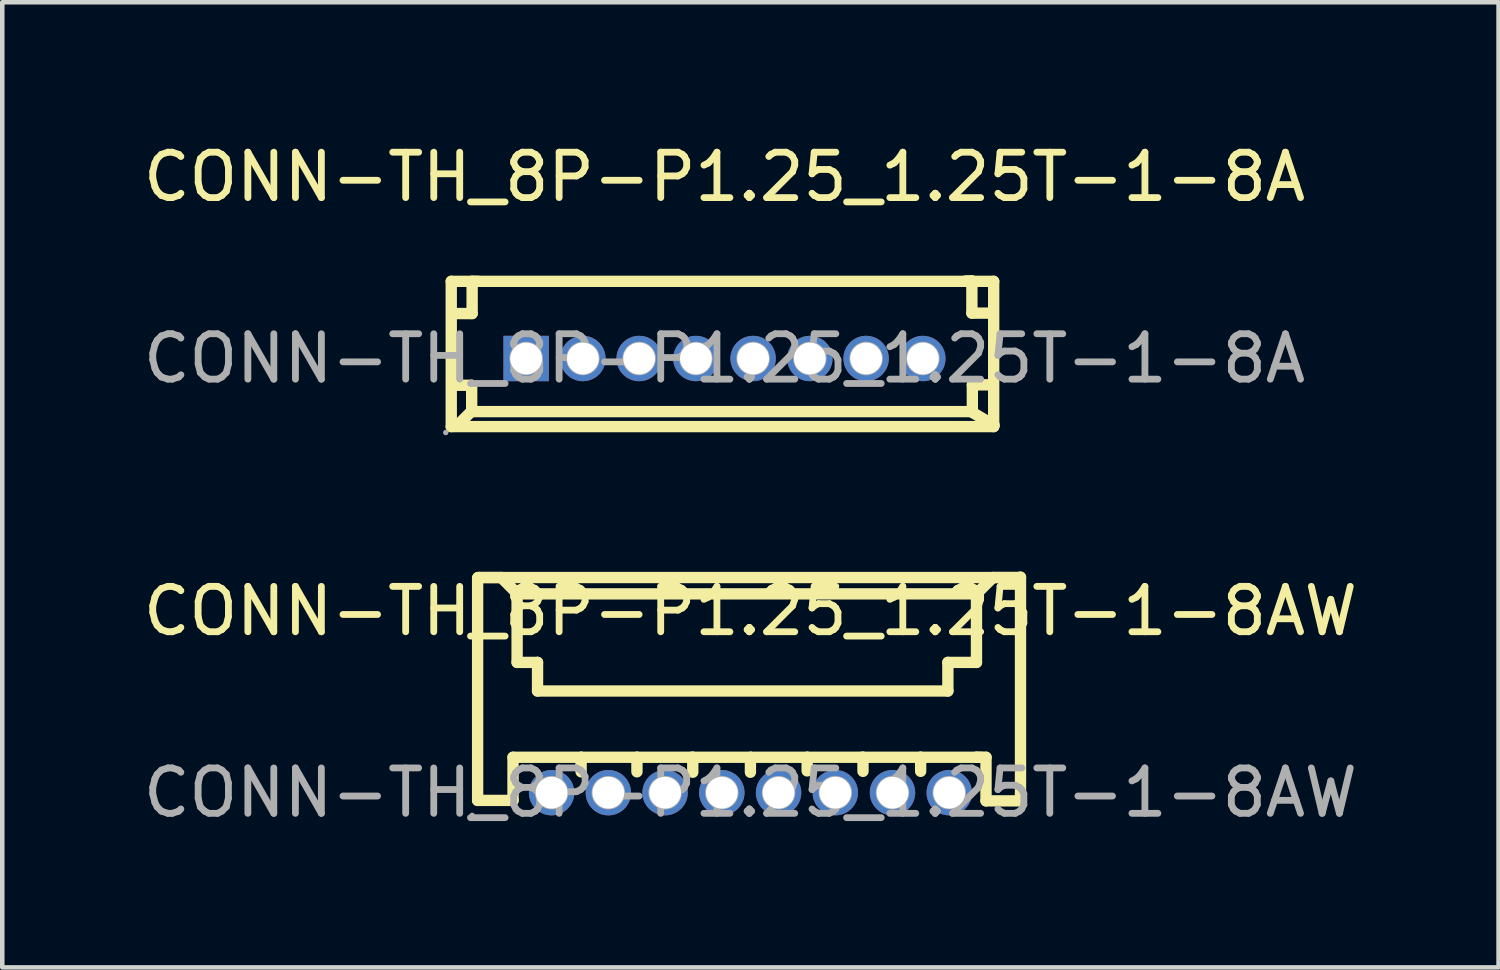
<source format=kicad_pcb>
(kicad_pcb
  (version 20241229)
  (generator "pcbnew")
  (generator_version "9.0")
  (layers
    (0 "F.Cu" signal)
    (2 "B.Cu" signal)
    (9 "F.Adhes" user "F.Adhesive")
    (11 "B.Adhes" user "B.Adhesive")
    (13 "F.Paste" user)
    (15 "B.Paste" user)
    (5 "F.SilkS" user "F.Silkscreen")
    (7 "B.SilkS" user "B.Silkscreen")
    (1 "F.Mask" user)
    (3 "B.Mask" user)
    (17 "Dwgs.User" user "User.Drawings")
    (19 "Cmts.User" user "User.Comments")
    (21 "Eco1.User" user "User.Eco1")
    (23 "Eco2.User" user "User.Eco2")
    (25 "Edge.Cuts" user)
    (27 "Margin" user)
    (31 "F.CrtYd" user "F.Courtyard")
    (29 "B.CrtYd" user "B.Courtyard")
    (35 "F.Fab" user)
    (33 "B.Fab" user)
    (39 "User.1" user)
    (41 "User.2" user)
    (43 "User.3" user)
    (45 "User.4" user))
  (footprint "CONN-TH_8P-P1.25_1.25T-1-8AW"
    (layer "F.Cu")
    (at 13.482 14.413)
    (property "Reference" "CONN-TH_8P-P1.25_1.25T-1-8AW" (at 0 -4 0) (layer "F.SilkS") (effects (font (size 1 1) (thickness 0.15))))
    (attr through_hole)
    (fp_line (start -6.01 -4.73) (end -6.01 0.17) (stroke (width 0.25) (type solid)) (layer "F.SilkS"))
    (fp_line (start -6.01 0.17) (end -5.23 0.17) (stroke (width 0.25) (type solid)) (layer "F.SilkS"))
    (fp_line (start -6 -4.74) (end -5.49 -4.74) (stroke (width 0.25) (type solid)) (layer "F.SilkS"))
    (fp_line (start -6 -4.74) (end 5.95 -4.74) (stroke (width 0.25) (type solid)) (layer "F.SilkS"))
    (fp_line (start -5.49 -4.74) (end -5.13 -4.38) (stroke (width 0.25) (type solid)) (layer "F.SilkS"))
    (fp_line (start -5.23 -0.78) (end -3.73 -0.78) (stroke (width 0.25) (type solid)) (layer "F.SilkS"))
    (fp_line (start -5.23 0.17) (end -5.23 -0.78) (stroke (width 0.25) (type solid)) (layer "F.SilkS"))
    (fp_line (start -5.14 -4.34) (end -5.14 -2.87) (stroke (width 0.25) (type solid)) (layer "F.SilkS"))
    (fp_line (start -5.14 -2.87) (end -4.69 -2.87) (stroke (width 0.25) (type solid)) (layer "F.SilkS"))
    (fp_line (start -5.13 -4.38) (end -5.13 -4.35) (stroke (width 0.25) (type solid)) (layer "F.SilkS"))
    (fp_line (start -5.13 -4.38) (end 4.98 -4.38) (stroke (width 0.25) (type solid)) (layer "F.SilkS"))
    (fp_line (start -4.69 -2.87) (end -4.69 -2.24) (stroke (width 0.25) (type solid)) (layer "F.SilkS"))
    (fp_line (start -4.69 -2.24) (end 4.35 -2.24) (stroke (width 0.25) (type solid)) (layer "F.SilkS"))
    (fp_line (start -3.73 -0.78) (end -3.73 -0.46) (stroke (width 0.25) (type solid)) (layer "F.SilkS"))
    (fp_line (start -3.72 -0.78) (end -2.5 -0.78) (stroke (width 0.25) (type solid)) (layer "F.SilkS"))
    (fp_line (start -2.5 -0.78) (end -2.5 -0.46) (stroke (width 0.25) (type solid)) (layer "F.SilkS"))
    (fp_line (start -2.49 -0.78) (end -1.27 -0.78) (stroke (width 0.25) (type solid)) (layer "F.SilkS"))
    (fp_line (start -1.29 -0.78) (end 0 -0.78) (stroke (width 0.25) (type solid)) (layer "F.SilkS"))
    (fp_line (start -1.27 -0.78) (end -1.27 -0.45) (stroke (width 0.25) (type solid)) (layer "F.SilkS"))
    (fp_line (start 0 -0.78) (end 0 -0.45) (stroke (width 0.25) (type solid)) (layer "F.SilkS"))
    (fp_line (start 0.03 -0.78) (end 1.25 -0.78) (stroke (width 0.25) (type solid)) (layer "F.SilkS"))
    (fp_line (start 1.25 -0.78) (end 1.25 -0.48) (stroke (width 0.25) (type solid)) (layer "F.SilkS"))
    (fp_line (start 1.26 -0.78) (end 2.48 -0.78) (stroke (width 0.25) (type solid)) (layer "F.SilkS"))
    (fp_line (start 2.46 -0.78) (end 3.75 -0.78) (stroke (width 0.25) (type solid)) (layer "F.SilkS"))
    (fp_line (start 2.48 -0.78) (end 2.48 -0.47) (stroke (width 0.25) (type solid)) (layer "F.SilkS"))
    (fp_line (start 3.75 -0.78) (end 3.75 -0.47) (stroke (width 0.25) (type solid)) (layer "F.SilkS"))
    (fp_line (start 3.75 -0.78) (end 4.98 -0.78) (stroke (width 0.25) (type solid)) (layer "F.SilkS"))
    (fp_line (start 4.35 -2.87) (end 4.98 -2.87) (stroke (width 0.25) (type solid)) (layer "F.SilkS"))
    (fp_line (start 4.35 -2.24) (end 4.35 -2.87) (stroke (width 0.25) (type solid)) (layer "F.SilkS"))
    (fp_line (start 4.98 -4.38) (end 5.34 -4.74) (stroke (width 0.25) (type solid)) (layer "F.SilkS"))
    (fp_line (start 4.98 -4.35) (end 4.98 -4.35) (stroke (width 0.25) (type solid)) (layer "F.SilkS"))
    (fp_line (start 4.98 -2.87) (end 4.98 -4.35) (stroke (width 0.25) (type solid)) (layer "F.SilkS"))
    (fp_line (start 4.98 -0.78) (end 5.1 -0.78) (stroke (width 0.25) (type solid)) (layer "F.SilkS"))
    (fp_line (start 5.19 -0.78) (end 4.98 -0.78) (stroke (width 0.25) (type solid)) (layer "F.SilkS"))
    (fp_line (start 5.19 0.18) (end 5.19 -0.78) (stroke (width 0.25) (type solid)) (layer "F.SilkS"))
    (fp_line (start 5.34 -4.74) (end 5.94 -4.74) (stroke (width 0.25) (type solid)) (layer "F.SilkS"))
    (fp_line (start 5.94 -4.74) (end 5.94 -4.74) (stroke (width 0.25) (type solid)) (layer "F.SilkS"))
    (fp_line (start 5.95 -4.75) (end 5.95 0.15) (stroke (width 0.25) (type solid)) (layer "F.SilkS"))
    (fp_line (start 5.95 0.18) (end 5.19 0.18) (stroke (width 0.25) (type solid)) (layer "F.SilkS"))
    (fp_circle (center -6.13 0.5) (end -6.1 0.5) (stroke (width 0.06) (type solid)) (fill no) (layer "F.Fab"))
    (fp_circle (center -4.38 0) (end -4.26 0) (stroke (width 0.25) (type solid)) (fill no) (layer "F.Fab"))
    (fp_circle (center -3.13 0) (end -3.01 0) (stroke (width 0.25) (type solid)) (fill no) (layer "F.Fab"))
    (fp_circle (center -1.88 0) (end -1.76 0) (stroke (width 0.25) (type solid)) (fill no) (layer "F.Fab"))
    (fp_circle (center -0.63 0) (end -0.51 0) (stroke (width 0.25) (type solid)) (fill no) (layer "F.Fab"))
    (fp_circle (center 0.62 0) (end 0.74 0) (stroke (width 0.25) (type solid)) (fill no) (layer "F.Fab"))
    (fp_circle (center 1.87 0) (end 1.99 0) (stroke (width 0.25) (type solid)) (fill no) (layer "F.Fab"))
    (fp_circle (center 3.13 0) (end 3.25 0) (stroke (width 0.25) (type solid)) (fill no) (layer "F.Fab"))
    (fp_circle (center 4.38 0) (end 4.5 0) (stroke (width 0.25) (type solid)) (fill no) (layer "F.Fab"))
    (fp_text user "${REFERENCE}" (at 0 0 0) (layer "F.Fab") (effects (font (size 1 1) (thickness 0.15))))
    (pad "1" thru_hole circle (at -4.38 0) (size 1 1) (drill 0.7) (layers "*.Cu" "*.Paste" "*.Mask"))
    (pad "2" thru_hole circle (at -3.13 0) (size 1 1) (drill 0.7) (layers "*.Cu" "*.Paste" "*.Mask"))
    (pad "3" thru_hole circle (at -1.88 0) (size 1 1) (drill 0.7) (layers "*.Cu" "*.Paste" "*.Mask"))
    (pad "4" thru_hole circle (at -0.63 0) (size 1 1) (drill 0.7) (layers "*.Cu" "*.Paste" "*.Mask"))
    (pad "5" thru_hole circle (at 0.62 0) (size 1 1) (drill 0.7) (layers "*.Cu" "*.Paste" "*.Mask"))
    (pad "6" thru_hole circle (at 1.87 0) (size 1 1) (drill 0.7) (layers "*.Cu" "*.Paste" "*.Mask"))
    (pad "7" thru_hole circle (at 3.13 0) (size 1 1) (drill 0.7) (layers "*.Cu" "*.Paste" "*.Mask"))
    (pad "8" thru_hole circle (at 4.38 0) (size 1 1) (drill 0.7) (layers "*.Cu" "*.Paste" "*.Mask")))
  (footprint "CONN-TH_8P-P1.25_1.25T-1-8A"
    (layer "F.Cu")
    (at 12.911 4.848)
    (property "Reference" "CONN-TH_8P-P1.25_1.25T-1-8A" (at 0 -4 0) (layer "F.SilkS") (effects (font (size 1 1) (thickness 0.15))))
    (attr through_hole)
    (fp_line (start -6.02 -1.7) (end -6.02 1.5) (stroke (width 0.25) (type solid)) (layer "F.SilkS"))
    (fp_line (start -6.02 -1.7) (end 5.93 -1.7) (stroke (width 0.25) (type solid)) (layer "F.SilkS"))
    (fp_line (start -6.02 1.5) (end 5.93 1.5) (stroke (width 0.25) (type solid)) (layer "F.SilkS"))
    (fp_line (start -6.01 -0.99) (end -5.56 -0.99) (stroke (width 0.25) (type solid)) (layer "F.SilkS"))
    (fp_line (start -6.01 1.48) (end -5.89 1.48) (stroke (width 0.25) (type solid)) (layer "F.SilkS"))
    (fp_line (start -5.89 1.48) (end -5.58 1.17) (stroke (width 0.25) (type solid)) (layer "F.SilkS"))
    (fp_line (start -5.58 1.17) (end 5.43 1.17) (stroke (width 0.25) (type solid)) (layer "F.SilkS"))
    (fp_line (start -5.57 0.59) (end -6.01 0.59) (stroke (width 0.25) (type solid)) (layer "F.SilkS"))
    (fp_line (start -5.57 1.17) (end -5.57 0.59) (stroke (width 0.25) (type solid)) (layer "F.SilkS"))
    (fp_line (start -5.56 -1.7) (end -5.43 -1.7) (stroke (width 0.25) (type solid)) (layer "F.SilkS"))
    (fp_line (start -5.56 -0.99) (end -5.56 -1.7) (stroke (width 0.25) (type solid)) (layer "F.SilkS"))
    (fp_line (start 5.43 1.17) (end 5.94 1.47) (stroke (width 0.25) (type solid)) (layer "F.SilkS"))
    (fp_line (start 5.45 -1.71) (end 5.32 -1.71) (stroke (width 0.25) (type solid)) (layer "F.SilkS"))
    (fp_line (start 5.45 -1) (end 5.45 -1.71) (stroke (width 0.25) (type solid)) (layer "F.SilkS"))
    (fp_line (start 5.46 0.58) (end 5.9 0.58) (stroke (width 0.25) (type solid)) (layer "F.SilkS"))
    (fp_line (start 5.46 1.16) (end 5.46 0.58) (stroke (width 0.25) (type solid)) (layer "F.SilkS"))
    (fp_line (start 5.9 -1) (end 5.45 -1) (stroke (width 0.25) (type solid)) (layer "F.SilkS"))
    (fp_line (start 5.93 -1.7) (end 5.93 1.5) (stroke (width 0.25) (type solid)) (layer "F.SilkS"))
    (fp_circle (center -6.14 1.63) (end -6.11 1.63) (stroke (width 0.06) (type solid)) (fill no) (layer "F.Fab"))
    (fp_circle (center -4.37 0) (end -4.25 0) (stroke (width 0.25) (type solid)) (fill no) (layer "F.Fab"))
    (fp_circle (center -3.12 0) (end -3 0) (stroke (width 0.25) (type solid)) (fill no) (layer "F.Fab"))
    (fp_circle (center -1.88 0) (end -1.76 0) (stroke (width 0.25) (type solid)) (fill no) (layer "F.Fab"))
    (fp_circle (center -0.63 0) (end -0.51 0) (stroke (width 0.25) (type solid)) (fill no) (layer "F.Fab"))
    (fp_circle (center 0.63 0) (end 0.75 0) (stroke (width 0.25) (type solid)) (fill no) (layer "F.Fab"))
    (fp_circle (center 1.88 0) (end 2 0) (stroke (width 0.25) (type solid)) (fill no) (layer "F.Fab"))
    (fp_circle (center 3.12 0) (end 3.24 0) (stroke (width 0.25) (type solid)) (fill no) (layer "F.Fab"))
    (fp_circle (center 4.37 0) (end 4.49 0) (stroke (width 0.25) (type solid)) (fill no) (layer "F.Fab"))
    (fp_text user "${REFERENCE}" (at 0 0 0) (layer "F.Fab") (effects (font (size 1 1) (thickness 0.15))))
    (pad "1" thru_hole rect (at -4.37 0) (size 1 1) (drill 0.7) (layers "*.Cu" "*.Paste" "*.Mask"))
    (pad "2" thru_hole circle (at -3.12 0) (size 1 1) (drill 0.7) (layers "*.Cu" "*.Paste" "*.Mask"))
    (pad "3" thru_hole circle (at -1.88 0) (size 1 1) (drill 0.7) (layers "*.Cu" "*.Paste" "*.Mask"))
    (pad "4" thru_hole circle (at -0.63 0) (size 1 1) (drill 0.7) (layers "*.Cu" "*.Paste" "*.Mask"))
    (pad "5" thru_hole circle (at 0.63 0) (size 1 1) (drill 0.7) (layers "*.Cu" "*.Paste" "*.Mask"))
    (pad "6" thru_hole circle (at 1.88 0) (size 1 1) (drill 0.7) (layers "*.Cu" "*.Paste" "*.Mask"))
    (pad "7" thru_hole circle (at 3.12 0) (size 1 1) (drill 0.7) (layers "*.Cu" "*.Paste" "*.Mask"))
    (pad "8" thru_hole circle (at 4.37 0) (size 1 1) (drill 0.7) (layers "*.Cu" "*.Paste" "*.Mask")))
  (gr_rect
    (start -3 -3)
    (end 29.964 18.262)
    (stroke (width 0.1) (type default))
    (fill no)
    (layer "Edge.Cuts")))
</source>
